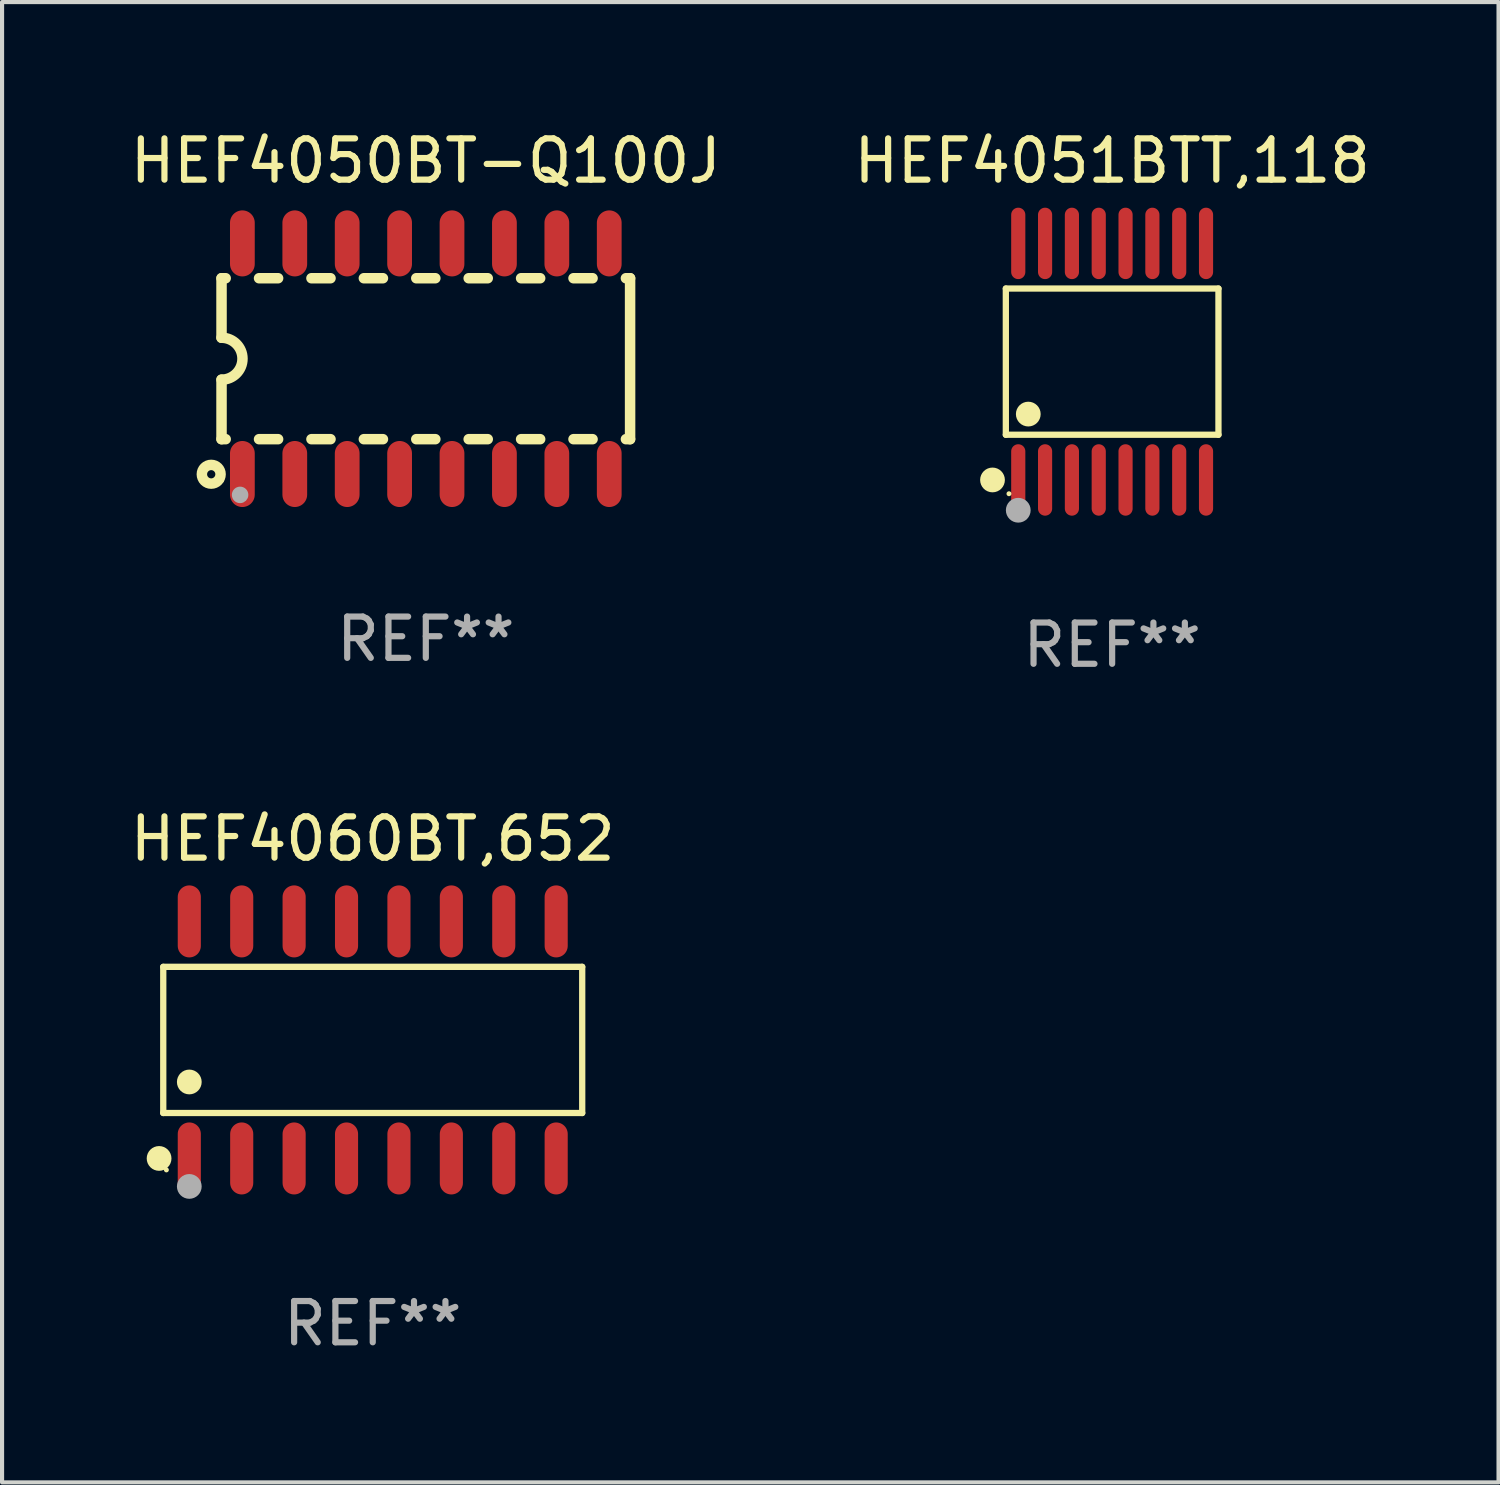
<source format=kicad_pcb>
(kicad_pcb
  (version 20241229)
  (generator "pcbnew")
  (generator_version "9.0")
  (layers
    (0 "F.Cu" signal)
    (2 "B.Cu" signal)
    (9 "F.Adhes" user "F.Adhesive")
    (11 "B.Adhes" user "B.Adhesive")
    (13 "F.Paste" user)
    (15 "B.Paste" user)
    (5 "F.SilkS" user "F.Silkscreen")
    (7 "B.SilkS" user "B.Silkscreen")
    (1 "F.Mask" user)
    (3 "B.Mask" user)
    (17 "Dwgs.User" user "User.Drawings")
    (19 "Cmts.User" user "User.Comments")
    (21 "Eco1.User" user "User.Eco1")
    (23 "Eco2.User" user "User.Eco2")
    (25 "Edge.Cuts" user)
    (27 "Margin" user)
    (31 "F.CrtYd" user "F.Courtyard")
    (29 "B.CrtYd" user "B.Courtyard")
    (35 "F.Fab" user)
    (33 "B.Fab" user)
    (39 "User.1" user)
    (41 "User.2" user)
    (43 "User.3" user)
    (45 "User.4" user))
  (footprint "HEF4060BT,652"
    (layer "F.Cu")
    (at 5.982 22.149)
    (property "Reference" "HEF4060BT,652" (at 0 -4.872 0) (layer "F.SilkS") (effects (font (size 1 1) (thickness 0.15))))
    (attr through_hole)
    (fp_line (start -5.076 -1.771) (end 5.076 -1.771) (stroke (width 0.152) (type solid)) (layer "F.SilkS"))
    (fp_line (start -5.076 1.771) (end -5.076 -1.771) (stroke (width 0.152) (type solid)) (layer "F.SilkS"))
    (fp_line (start 5.076 -1.771) (end 5.076 1.771) (stroke (width 0.152) (type solid)) (layer "F.SilkS"))
    (fp_line (start 5.076 1.771) (end -5.076 1.771) (stroke (width 0.152) (type solid)) (layer "F.SilkS"))
    (fp_circle (center -5.177 2.872) (end -5.027 2.872) (stroke (width 0.3) (type solid)) (fill no) (layer "F.SilkS"))
    (fp_circle (center -5 3.15) (end -4.97 3.15) (stroke (width 0.06) (type solid)) (fill no) (layer "F.SilkS"))
    (fp_circle (center -4.445 1.019) (end -4.295 1.019) (stroke (width 0.3) (type solid)) (fill no) (layer "F.SilkS"))
    (fp_circle (center -4.445 3.55) (end -4.295 3.55) (stroke (width 0.3) (type solid)) (fill no) (layer "F.Fab"))
    (fp_text user "REF**" (at 0 6.872 0) (layer "F.Fab") (effects (font (size 1 1) (thickness 0.15))))
    (pad "1" smd oval (at -4.445 2.872) (size 0.56 1.745) (layers "F.Cu" "F.Mask" "F.Paste"))
    (pad "2" smd oval (at -3.175 2.872) (size 0.56 1.745) (layers "F.Cu" "F.Mask" "F.Paste"))
    (pad "3" smd oval (at -1.905 2.872) (size 0.56 1.745) (layers "F.Cu" "F.Mask" "F.Paste"))
    (pad "4" smd oval (at -0.635 2.872) (size 0.56 1.745) (layers "F.Cu" "F.Mask" "F.Paste"))
    (pad "5" smd oval (at 0.635 2.872) (size 0.56 1.745) (layers "F.Cu" "F.Mask" "F.Paste"))
    (pad "6" smd oval (at 1.905 2.872) (size 0.56 1.745) (layers "F.Cu" "F.Mask" "F.Paste"))
    (pad "7" smd oval (at 3.175 2.872) (size 0.56 1.745) (layers "F.Cu" "F.Mask" "F.Paste"))
    (pad "8" smd oval (at 4.445 2.872) (size 0.56 1.745) (layers "F.Cu" "F.Mask" "F.Paste"))
    (pad "9" smd oval (at 4.445 -2.872) (size 0.56 1.745) (layers "F.Cu" "F.Mask" "F.Paste"))
    (pad "10" smd oval (at 3.175 -2.872) (size 0.56 1.745) (layers "F.Cu" "F.Mask" "F.Paste"))
    (pad "11" smd oval (at 1.905 -2.872) (size 0.56 1.745) (layers "F.Cu" "F.Mask" "F.Paste"))
    (pad "12" smd oval (at 0.635 -2.872) (size 0.56 1.745) (layers "F.Cu" "F.Mask" "F.Paste"))
    (pad "13" smd oval (at -0.635 -2.872) (size 0.56 1.745) (layers "F.Cu" "F.Mask" "F.Paste"))
    (pad "14" smd oval (at -1.905 -2.872) (size 0.56 1.745) (layers "F.Cu" "F.Mask" "F.Paste"))
    (pad "15" smd oval (at -3.175 -2.872) (size 0.56 1.745) (layers "F.Cu" "F.Mask" "F.Paste"))
    (pad "16" smd oval (at -4.445 -2.872) (size 0.56 1.745) (layers "F.Cu" "F.Mask" "F.Paste")))
  (footprint "HEF4051BTT,118"
    (layer "F.Cu")
    (at 23.899 5.714)
    (property "Reference" "HEF4051BTT,118" (at 0 -4.866 0) (layer "F.SilkS") (effects (font (size 1 1) (thickness 0.15))))
    (attr through_hole)
    (fp_line (start -2.576 -1.772) (end 2.576 -1.772) (stroke (width 0.152) (type solid)) (layer "F.SilkS"))
    (fp_line (start -2.576 1.771) (end -2.576 -1.772) (stroke (width 0.152) (type solid)) (layer "F.SilkS"))
    (fp_line (start 2.576 -1.772) (end 2.576 1.771) (stroke (width 0.152) (type solid)) (layer "F.SilkS"))
    (fp_line (start 2.576 1.771) (end -2.576 1.771) (stroke (width 0.152) (type solid)) (layer "F.SilkS"))
    (fp_circle (center -2.899 2.866) (end -2.749 2.866) (stroke (width 0.3) (type solid)) (fill no) (layer "F.SilkS"))
    (fp_circle (center -2.5 3.2) (end -2.47 3.2) (stroke (width 0.06) (type solid)) (fill no) (layer "F.SilkS"))
    (fp_circle (center -2.032 1.27) (end -1.882 1.27) (stroke (width 0.3) (type solid)) (fill no) (layer "F.SilkS"))
    (fp_circle (center -2.275 3.6) (end -2.125 3.6) (stroke (width 0.3) (type solid)) (fill no) (layer "F.Fab"))
    (fp_text user "REF**" (at 0 6.866 0) (layer "F.Fab") (effects (font (size 1 1) (thickness 0.15))))
    (pad "1" smd oval (at -2.275 2.866) (size 0.343 1.731) (layers "F.Cu" "F.Mask" "F.Paste"))
    (pad "2" smd oval (at -1.625 2.866) (size 0.343 1.731) (layers "F.Cu" "F.Mask" "F.Paste"))
    (pad "3" smd oval (at -0.975 2.866) (size 0.343 1.731) (layers "F.Cu" "F.Mask" "F.Paste"))
    (pad "4" smd oval (at -0.325 2.866) (size 0.343 1.731) (layers "F.Cu" "F.Mask" "F.Paste"))
    (pad "5" smd oval (at 0.325 2.866) (size 0.343 1.731) (layers "F.Cu" "F.Mask" "F.Paste"))
    (pad "6" smd oval (at 0.975 2.866) (size 0.343 1.731) (layers "F.Cu" "F.Mask" "F.Paste"))
    (pad "7" smd oval (at 1.625 2.866) (size 0.343 1.731) (layers "F.Cu" "F.Mask" "F.Paste"))
    (pad "8" smd oval (at 2.275 2.866) (size 0.343 1.731) (layers "F.Cu" "F.Mask" "F.Paste"))
    (pad "9" smd oval (at 2.275 -2.866) (size 0.343 1.731) (layers "F.Cu" "F.Mask" "F.Paste"))
    (pad "10" smd oval (at 1.625 -2.866) (size 0.343 1.731) (layers "F.Cu" "F.Mask" "F.Paste"))
    (pad "11" smd oval (at 0.975 -2.866) (size 0.343 1.731) (layers "F.Cu" "F.Mask" "F.Paste"))
    (pad "12" smd oval (at 0.325 -2.866) (size 0.343 1.731) (layers "F.Cu" "F.Mask" "F.Paste"))
    (pad "13" smd oval (at -0.325 -2.866) (size 0.343 1.731) (layers "F.Cu" "F.Mask" "F.Paste"))
    (pad "14" smd oval (at -0.975 -2.866) (size 0.343 1.731) (layers "F.Cu" "F.Mask" "F.Paste"))
    (pad "15" smd oval (at -1.625 -2.866) (size 0.343 1.731) (layers "F.Cu" "F.Mask" "F.Paste"))
    (pad "16" smd oval (at -2.275 -2.866) (size 0.343 1.731) (layers "F.Cu" "F.Mask" "F.Paste")))
  (footprint "HEF4050BT-Q100J"
    (layer "F.Cu")
    (at 7.268 5.642)
    (property "Reference" "HEF4050BT-Q100J" (at 0 -4.794 0) (layer "F.SilkS") (effects (font (size 1 1) (thickness 0.15))))
    (attr through_hole)
    (fp_line (start -4.95 -1.95) (end -4.95 -0.508) (stroke (width 0.254) (type solid)) (layer "F.SilkS"))
    (fp_line (start -4.95 -1.95) (end -4.849 -1.95) (stroke (width 0.254) (type solid)) (layer "F.SilkS"))
    (fp_line (start -4.95 1.95) (end -4.95 0.508) (stroke (width 0.254) (type solid)) (layer "F.SilkS"))
    (fp_line (start -4.95 1.95) (end -4.849 1.95) (stroke (width 0.254) (type solid)) (layer "F.SilkS"))
    (fp_line (start -4.041 -1.95) (end -3.579 -1.95) (stroke (width 0.254) (type solid)) (layer "F.SilkS"))
    (fp_line (start -4.041 1.95) (end -3.579 1.95) (stroke (width 0.254) (type solid)) (layer "F.SilkS"))
    (fp_line (start -2.771 -1.95) (end -2.309 -1.95) (stroke (width 0.254) (type solid)) (layer "F.SilkS"))
    (fp_line (start -2.771 1.95) (end -2.309 1.95) (stroke (width 0.254) (type solid)) (layer "F.SilkS"))
    (fp_line (start -1.501 -1.95) (end -1.039 -1.95) (stroke (width 0.254) (type solid)) (layer "F.SilkS"))
    (fp_line (start -1.501 1.95) (end -1.039 1.95) (stroke (width 0.254) (type solid)) (layer "F.SilkS"))
    (fp_line (start -0.231 -1.95) (end 0.231 -1.95) (stroke (width 0.254) (type solid)) (layer "F.SilkS"))
    (fp_line (start -0.231 1.95) (end 0.231 1.95) (stroke (width 0.254) (type solid)) (layer "F.SilkS"))
    (fp_line (start 1.039 -1.95) (end 1.501 -1.95) (stroke (width 0.254) (type solid)) (layer "F.SilkS"))
    (fp_line (start 1.039 1.95) (end 1.501 1.95) (stroke (width 0.254) (type solid)) (layer "F.SilkS"))
    (fp_line (start 2.309 -1.95) (end 2.771 -1.95) (stroke (width 0.254) (type solid)) (layer "F.SilkS"))
    (fp_line (start 2.309 1.95) (end 2.771 1.95) (stroke (width 0.254) (type solid)) (layer "F.SilkS"))
    (fp_line (start 3.579 -1.95) (end 4.041 -1.95) (stroke (width 0.254) (type solid)) (layer "F.SilkS"))
    (fp_line (start 3.579 1.95) (end 4.041 1.95) (stroke (width 0.254) (type solid)) (layer "F.SilkS"))
    (fp_line (start 4.849 -1.95) (end 4.95 -1.95) (stroke (width 0.254) (type solid)) (layer "F.SilkS"))
    (fp_line (start 4.849 1.95) (end 4.95 1.95) (stroke (width 0.254) (type solid)) (layer "F.SilkS"))
    (fp_line (start 4.95 -1.95) (end 4.95 1.95) (stroke (width 0.254) (type solid)) (layer "F.SilkS"))
    (fp_arc (start -4.95047 -0.508001) (mid -4.442469 -0.000228) (end -4.950013 0.508001) (stroke (width 0.254001) (type solid)) (layer "F.SilkS"))
    (fp_circle (center -5.2 2.8) (end -5.1 2.8) (stroke (width 0.254) (type solid)) (fill no) (layer "F.SilkS"))
    (fp_circle (center -4.95 2.947) (end -4.92 2.947) (stroke (width 0.06) (type solid)) (fill no) (layer "F.SilkS"))
    (fp_circle (center -4.5 3.3) (end -4.4 3.3) (stroke (width 0.2) (type solid)) (fill no) (layer "F.Fab"))
    (fp_text user "REF**" (at 0 6.794 0) (layer "F.Fab") (effects (font (size 1 1) (thickness 0.15))))
    (pad "1" smd oval (at -4.445 2.794) (size 0.6 1.6) (layers "F.Cu" "F.Mask" "F.Paste"))
    (pad "2" smd oval (at -3.175 2.794) (size 0.6 1.6) (layers "F.Cu" "F.Mask" "F.Paste"))
    (pad "3" smd oval (at -1.905 2.794) (size 0.6 1.6) (layers "F.Cu" "F.Mask" "F.Paste"))
    (pad "4" smd oval (at -0.635 2.794) (size 0.6 1.6) (layers "F.Cu" "F.Mask" "F.Paste"))
    (pad "5" smd oval (at 0.635 2.794) (size 0.6 1.6) (layers "F.Cu" "F.Mask" "F.Paste"))
    (pad "6" smd oval (at 1.905 2.794) (size 0.6 1.6) (layers "F.Cu" "F.Mask" "F.Paste"))
    (pad "7" smd oval (at 3.175 2.794) (size 0.6 1.6) (layers "F.Cu" "F.Mask" "F.Paste"))
    (pad "8" smd oval (at 4.445 2.794) (size 0.6 1.6) (layers "F.Cu" "F.Mask" "F.Paste"))
    (pad "9" smd oval (at 4.445 -2.794) (size 0.6 1.6) (layers "F.Cu" "F.Mask" "F.Paste"))
    (pad "10" smd oval (at 3.175 -2.794) (size 0.6 1.6) (layers "F.Cu" "F.Mask" "F.Paste"))
    (pad "11" smd oval (at 1.905 -2.794) (size 0.6 1.6) (layers "F.Cu" "F.Mask" "F.Paste"))
    (pad "12" smd oval (at 0.635 -2.794) (size 0.6 1.6) (layers "F.Cu" "F.Mask" "F.Paste"))
    (pad "13" smd oval (at -0.635 -2.794) (size 0.6 1.6) (layers "F.Cu" "F.Mask" "F.Paste"))
    (pad "14" smd oval (at -1.905 -2.794) (size 0.6 1.6) (layers "F.Cu" "F.Mask" "F.Paste"))
    (pad "15" smd oval (at -3.175 -2.794) (size 0.6 1.6) (layers "F.Cu" "F.Mask" "F.Paste"))
    (pad "16" smd oval (at -4.445 -2.794) (size 0.6 1.6) (layers "F.Cu" "F.Mask" "F.Paste")))
  (gr_rect
    (start -3 -3)
    (end 33.262 32.87)
    (stroke (width 0.1) (type default))
    (fill no)
    (layer "Edge.Cuts")))
</source>
